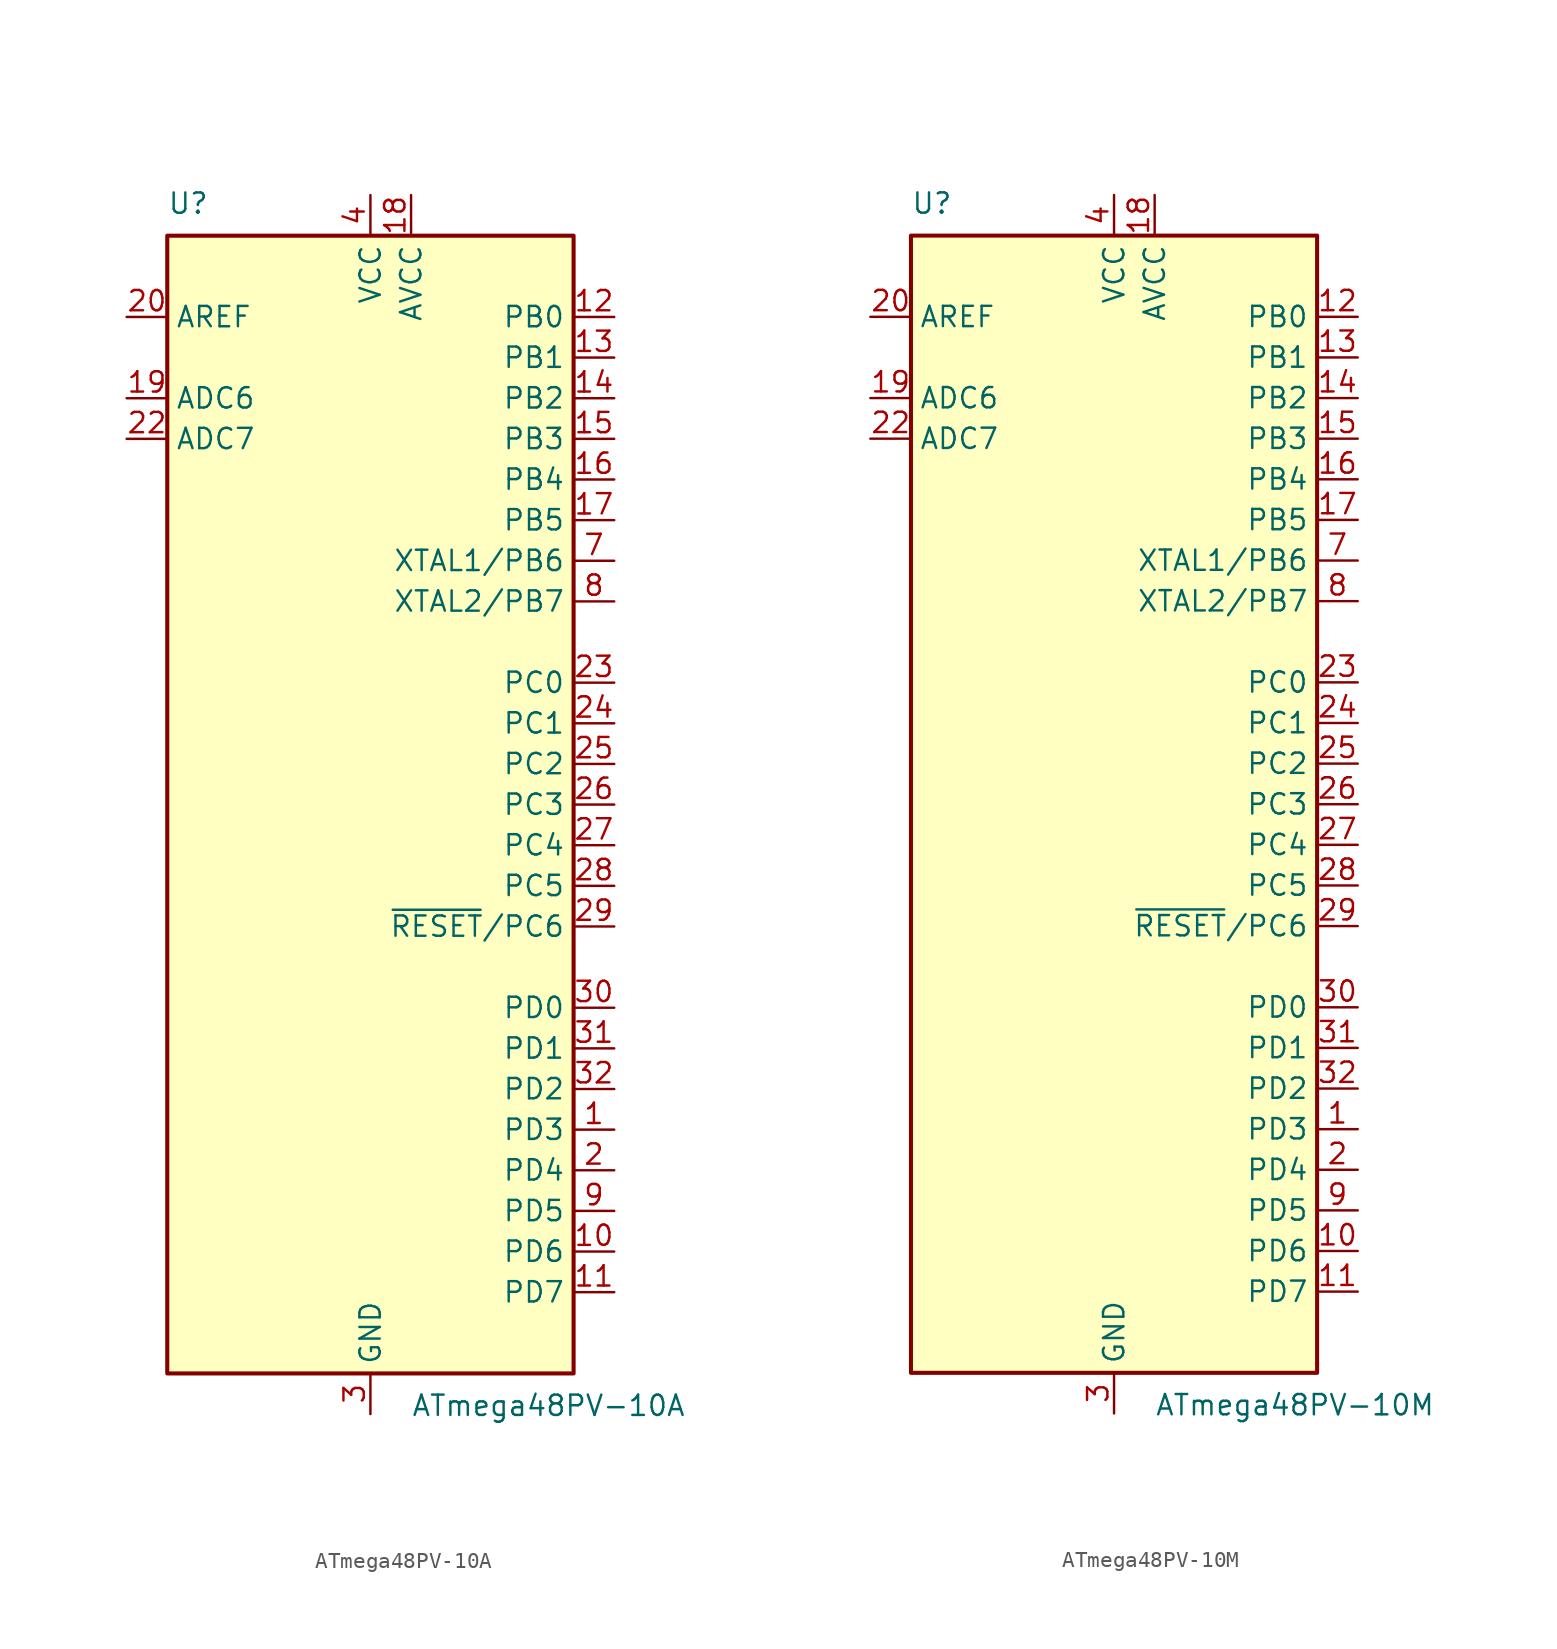
<source format=kicad_sym>
(kicad_symbol_lib
  (version 20231120)
  (generator "kicad_symbol_editor")
  (generator_version "8.0")
  (symbol "ATmega48PV-10A"
    (property "Reference" "U"
      (at -12.7 36.83 0)
      (effects (font (size 1.27 1.27)) (justify left bottom)))
    (property "Value" "ATmega48PV-10A"
      (at 2.54 -36.83 0)
      (effects (font (size 1.27 1.27)) (justify left top)))
    (symbol "ATmega48PV-10A_0_1"
      (rectangle (start -12.7 -35.56) (end 12.7 35.56) (stroke (width 0.254) (type default)) (fill (type background))))
    (symbol "ATmega48PV-10A_1_1"
      (pin bidirectional line (at 15.24 -20.32 180) (length 2.54) (name "PD3" (effects (font (size 1.27 1.27)))) (number "1" (effects (font (size 1.27 1.27)))) (alternate "INT1" bidirectional line) (alternate "OC2B" output line) (alternate "OC2B/INT1/PD3" bidirectional line))
      (pin bidirectional line (at 15.24 -27.94 180) (length 2.54) (name "PD6" (effects (font (size 1.27 1.27)))) (number "10" (effects (font (size 1.27 1.27)))) (alternate "AIN0" input line) (alternate "OC0A" output line) (alternate "OC0A/AIN0/PD6" bidirectional line))
      (pin bidirectional line (at 15.24 -30.48 180) (length 2.54) (name "PD7" (effects (font (size 1.27 1.27)))) (number "11" (effects (font (size 1.27 1.27)))) (alternate "AIN1" input line) (alternate "AIN1/PD7" bidirectional line))
      (pin bidirectional line (at 15.24 30.48 180) (length 2.54) (name "PB0" (effects (font (size 1.27 1.27)))) (number "12" (effects (font (size 1.27 1.27)))) (alternate "CLKO" output line) (alternate "CLKO/ICP1/PB0" bidirectional line) (alternate "ICP1" input line))
      (pin bidirectional line (at 15.24 27.94 180) (length 2.54) (name "PB1" (effects (font (size 1.27 1.27)))) (number "13" (effects (font (size 1.27 1.27)))) (alternate "OC1A" output line) (alternate "OC1A/PB1" bidirectional line))
      (pin bidirectional line (at 15.24 25.4 180) (length 2.54) (name "PB2" (effects (font (size 1.27 1.27)))) (number "14" (effects (font (size 1.27 1.27)))) (alternate "OC1B" output line) (alternate "OC1B/~{SS}/PB2" bidirectional line) (alternate "~{SS}" bidirectional line))
      (pin bidirectional line (at 15.24 22.86 180) (length 2.54) (name "PB3" (effects (font (size 1.27 1.27)))) (number "15" (effects (font (size 1.27 1.27)))) (alternate "MOSI" bidirectional line) (alternate "OC2A" output line) (alternate "OC2A/MOSI/PB3" bidirectional line))
      (pin bidirectional line (at 15.24 20.32 180) (length 2.54) (name "PB4" (effects (font (size 1.27 1.27)))) (number "16" (effects (font (size 1.27 1.27)))) (alternate "MISO" bidirectional line) (alternate "MISO/PB4" bidirectional line))
      (pin bidirectional line (at 15.24 17.78 180) (length 2.54) (name "PB5" (effects (font (size 1.27 1.27)))) (number "17" (effects (font (size 1.27 1.27)))) (alternate "SCK" bidirectional line) (alternate "SCK/PB5" bidirectional line))
      (pin power_in line (at 2.54 38.1 270) (length 2.54) (name "AVCC" (effects (font (size 1.27 1.27)))) (number "18" (effects (font (size 1.27 1.27)))))
      (pin input line (at -15.24 25.4 0) (length 2.54) (name "ADC6" (effects (font (size 1.27 1.27)))) (number "19" (effects (font (size 1.27 1.27)))))
      (pin bidirectional line (at 15.24 -22.86 180) (length 2.54) (name "PD4" (effects (font (size 1.27 1.27)))) (number "2" (effects (font (size 1.27 1.27)))) (alternate "T0" input line) (alternate "XCK" bidirectional line) (alternate "XCK/T0/PD4" bidirectional line))
      (pin passive line (at -15.24 30.48 0) (length 2.54) (name "AREF" (effects (font (size 1.27 1.27)))) (number "20" (effects (font (size 1.27 1.27)))))
      (pin passive line (at 0 -38.1 90) (length 2.54) hide (name "GND" (effects (font (size 1.27 1.27)))) (number "21" (effects (font (size 1.27 1.27)))))
      (pin input line (at -15.24 22.86 0) (length 2.54) (name "ADC7" (effects (font (size 1.27 1.27)))) (number "22" (effects (font (size 1.27 1.27)))))
      (pin bidirectional line (at 15.24 7.62 180) (length 2.54) (name "PC0" (effects (font (size 1.27 1.27)))) (number "23" (effects (font (size 1.27 1.27)))) (alternate "ADC0" input line) (alternate "ADC0/PC0" bidirectional line))
      (pin bidirectional line (at 15.24 5.08 180) (length 2.54) (name "PC1" (effects (font (size 1.27 1.27)))) (number "24" (effects (font (size 1.27 1.27)))) (alternate "ADC1" input line) (alternate "ADC1/PC1" bidirectional line))
      (pin bidirectional line (at 15.24 2.54 180) (length 2.54) (name "PC2" (effects (font (size 1.27 1.27)))) (number "25" (effects (font (size 1.27 1.27)))) (alternate "ADC2" input line) (alternate "ADC2/PC2" bidirectional line))
      (pin bidirectional line (at 15.24 0 180) (length 2.54) (name "PC3" (effects (font (size 1.27 1.27)))) (number "26" (effects (font (size 1.27 1.27)))) (alternate "ADC3" input line) (alternate "ADC3/PC3" bidirectional line))
      (pin bidirectional line (at 15.24 -2.54 180) (length 2.54) (name "PC4" (effects (font (size 1.27 1.27)))) (number "27" (effects (font (size 1.27 1.27)))) (alternate "ADC4" input line) (alternate "ADC4/SDA/PC4" bidirectional line) (alternate "SDA" bidirectional line))
      (pin bidirectional line (at 15.24 -5.08 180) (length 2.54) (name "PC5" (effects (font (size 1.27 1.27)))) (number "28" (effects (font (size 1.27 1.27)))) (alternate "ADC5" input line) (alternate "ADC5/SCL/PC5" bidirectional line) (alternate "SCL" bidirectional line))
      (pin bidirectional line (at 15.24 -7.62 180) (length 2.54) (name "~{RESET}/PC6" (effects (font (size 1.27 1.27)))) (number "29" (effects (font (size 1.27 1.27)))) (alternate "PC6" bidirectional line) (alternate "~{RESET}" input line))
      (pin power_in line (at 0 -38.1 90) (length 2.54) (name "GND" (effects (font (size 1.27 1.27)))) (number "3" (effects (font (size 1.27 1.27)))))
      (pin bidirectional line (at 15.24 -12.7 180) (length 2.54) (name "PD0" (effects (font (size 1.27 1.27)))) (number "30" (effects (font (size 1.27 1.27)))) (alternate "RXD" input line) (alternate "RXD/PD0" bidirectional line))
      (pin bidirectional line (at 15.24 -15.24 180) (length 2.54) (name "PD1" (effects (font (size 1.27 1.27)))) (number "31" (effects (font (size 1.27 1.27)))) (alternate "TXD" output line) (alternate "TXD/PD1" bidirectional line))
      (pin bidirectional line (at 15.24 -17.78 180) (length 2.54) (name "PD2" (effects (font (size 1.27 1.27)))) (number "32" (effects (font (size 1.27 1.27)))) (alternate "INT0" bidirectional line) (alternate "INT0/PD2" bidirectional line))
      (pin power_in line (at 0 38.1 270) (length 2.54) (name "VCC" (effects (font (size 1.27 1.27)))) (number "4" (effects (font (size 1.27 1.27)))))
      (pin passive line (at 0 -38.1 90) (length 2.54) hide (name "GND" (effects (font (size 1.27 1.27)))) (number "5" (effects (font (size 1.27 1.27)))))
      (pin passive line (at 0 38.1 270) (length 2.54) hide (name "VCC" (effects (font (size 1.27 1.27)))) (number "6" (effects (font (size 1.27 1.27)))))
      (pin bidirectional line (at 15.24 15.24 180) (length 2.54) (name "XTAL1/PB6" (effects (font (size 1.27 1.27)))) (number "7" (effects (font (size 1.27 1.27)))) (alternate "PB6" bidirectional line) (alternate "TOSC1" input line) (alternate "XTAL1" passive line) (alternate "XTAL1/TOSC1/PB6" bidirectional line))
      (pin bidirectional line (at 15.24 12.7 180) (length 2.54) (name "XTAL2/PB7" (effects (font (size 1.27 1.27)))) (number "8" (effects (font (size 1.27 1.27)))) (alternate "PB7" bidirectional line) (alternate "TOSC2" input line) (alternate "XTAL2" passive line) (alternate "XTAL2/TOSC2/PB7" bidirectional line))
      (pin bidirectional line (at 15.24 -25.4 180) (length 2.54) (name "PD5" (effects (font (size 1.27 1.27)))) (number "9" (effects (font (size 1.27 1.27)))) (alternate "OC0B" output line) (alternate "OC0B/T1/PD5" bidirectional line) (alternate "T1" input line))))
  (symbol "ATmega48PV-10M"
    (property "Reference" "U"
      (at -12.7 36.83 0)
      (effects (font (size 1.27 1.27)) (justify left bottom)))
    (property "Value" "ATmega48PV-10M"
      (at 2.54 -36.83 0)
      (effects (font (size 1.27 1.27)) (justify left top)))
    (symbol "ATmega48PV-10M_0_1"
      (rectangle (start -12.7 -35.56) (end 12.7 35.56) (stroke (width 0.254) (type default)) (fill (type background))))
    (symbol "ATmega48PV-10M_1_1"
      (pin bidirectional line (at 15.24 -20.32 180) (length 2.54) (name "PD3" (effects (font (size 1.27 1.27)))) (number "1" (effects (font (size 1.27 1.27)))) (alternate "INT1" bidirectional line) (alternate "OC2B" output line) (alternate "OC2B/INT1/PD3" bidirectional line))
      (pin bidirectional line (at 15.24 -27.94 180) (length 2.54) (name "PD6" (effects (font (size 1.27 1.27)))) (number "10" (effects (font (size 1.27 1.27)))) (alternate "AIN0" input line) (alternate "OC0A" output line) (alternate "OC0A/AIN0/PD6" bidirectional line))
      (pin bidirectional line (at 15.24 -30.48 180) (length 2.54) (name "PD7" (effects (font (size 1.27 1.27)))) (number "11" (effects (font (size 1.27 1.27)))) (alternate "AIN1" input line) (alternate "AIN1/PD7" bidirectional line))
      (pin bidirectional line (at 15.24 30.48 180) (length 2.54) (name "PB0" (effects (font (size 1.27 1.27)))) (number "12" (effects (font (size 1.27 1.27)))) (alternate "CLKO" output line) (alternate "CLKO/ICP1/PB0" bidirectional line) (alternate "ICP1" input line))
      (pin bidirectional line (at 15.24 27.94 180) (length 2.54) (name "PB1" (effects (font (size 1.27 1.27)))) (number "13" (effects (font (size 1.27 1.27)))) (alternate "OC1A" output line) (alternate "OC1A/PB1" bidirectional line))
      (pin bidirectional line (at 15.24 25.4 180) (length 2.54) (name "PB2" (effects (font (size 1.27 1.27)))) (number "14" (effects (font (size 1.27 1.27)))) (alternate "OC1B" output line) (alternate "OC1B/~{SS}/PB2" bidirectional line) (alternate "~{SS}" bidirectional line))
      (pin bidirectional line (at 15.24 22.86 180) (length 2.54) (name "PB3" (effects (font (size 1.27 1.27)))) (number "15" (effects (font (size 1.27 1.27)))) (alternate "MOSI" bidirectional line) (alternate "OC2A" output line) (alternate "OC2A/MOSI/PB3" bidirectional line))
      (pin bidirectional line (at 15.24 20.32 180) (length 2.54) (name "PB4" (effects (font (size 1.27 1.27)))) (number "16" (effects (font (size 1.27 1.27)))) (alternate "MISO" bidirectional line) (alternate "MISO/PB4" bidirectional line))
      (pin bidirectional line (at 15.24 17.78 180) (length 2.54) (name "PB5" (effects (font (size 1.27 1.27)))) (number "17" (effects (font (size 1.27 1.27)))) (alternate "SCK" bidirectional line) (alternate "SCK/PB5" bidirectional line))
      (pin power_in line (at 2.54 38.1 270) (length 2.54) (name "AVCC" (effects (font (size 1.27 1.27)))) (number "18" (effects (font (size 1.27 1.27)))))
      (pin input line (at -15.24 25.4 0) (length 2.54) (name "ADC6" (effects (font (size 1.27 1.27)))) (number "19" (effects (font (size 1.27 1.27)))))
      (pin bidirectional line (at 15.24 -22.86 180) (length 2.54) (name "PD4" (effects (font (size 1.27 1.27)))) (number "2" (effects (font (size 1.27 1.27)))) (alternate "T0" input line) (alternate "XCK" bidirectional line) (alternate "XCK/T0/PD4" bidirectional line))
      (pin passive line (at -15.24 30.48 0) (length 2.54) (name "AREF" (effects (font (size 1.27 1.27)))) (number "20" (effects (font (size 1.27 1.27)))))
      (pin passive line (at 0 -38.1 90) (length 2.54) hide (name "GND" (effects (font (size 1.27 1.27)))) (number "21" (effects (font (size 1.27 1.27)))))
      (pin input line (at -15.24 22.86 0) (length 2.54) (name "ADC7" (effects (font (size 1.27 1.27)))) (number "22" (effects (font (size 1.27 1.27)))))
      (pin bidirectional line (at 15.24 7.62 180) (length 2.54) (name "PC0" (effects (font (size 1.27 1.27)))) (number "23" (effects (font (size 1.27 1.27)))) (alternate "ADC0" input line) (alternate "ADC0/PC0" bidirectional line))
      (pin bidirectional line (at 15.24 5.08 180) (length 2.54) (name "PC1" (effects (font (size 1.27 1.27)))) (number "24" (effects (font (size 1.27 1.27)))) (alternate "ADC1" input line) (alternate "ADC1/PC1" bidirectional line))
      (pin bidirectional line (at 15.24 2.54 180) (length 2.54) (name "PC2" (effects (font (size 1.27 1.27)))) (number "25" (effects (font (size 1.27 1.27)))) (alternate "ADC2" input line) (alternate "ADC2/PC2" bidirectional line))
      (pin bidirectional line (at 15.24 0 180) (length 2.54) (name "PC3" (effects (font (size 1.27 1.27)))) (number "26" (effects (font (size 1.27 1.27)))) (alternate "ADC3" input line) (alternate "ADC3/PC3" bidirectional line))
      (pin bidirectional line (at 15.24 -2.54 180) (length 2.54) (name "PC4" (effects (font (size 1.27 1.27)))) (number "27" (effects (font (size 1.27 1.27)))) (alternate "ADC4" input line) (alternate "ADC4/SDA/PC4" bidirectional line) (alternate "SDA" bidirectional line))
      (pin bidirectional line (at 15.24 -5.08 180) (length 2.54) (name "PC5" (effects (font (size 1.27 1.27)))) (number "28" (effects (font (size 1.27 1.27)))) (alternate "ADC5" input line) (alternate "ADC5/SCL/PC5" bidirectional line) (alternate "SCL" bidirectional line))
      (pin bidirectional line (at 15.24 -7.62 180) (length 2.54) (name "~{RESET}/PC6" (effects (font (size 1.27 1.27)))) (number "29" (effects (font (size 1.27 1.27)))) (alternate "PC6" bidirectional line) (alternate "~{RESET}" input line))
      (pin power_in line (at 0 -38.1 90) (length 2.54) (name "GND" (effects (font (size 1.27 1.27)))) (number "3" (effects (font (size 1.27 1.27)))))
      (pin bidirectional line (at 15.24 -12.7 180) (length 2.54) (name "PD0" (effects (font (size 1.27 1.27)))) (number "30" (effects (font (size 1.27 1.27)))) (alternate "RXD" input line) (alternate "RXD/PD0" bidirectional line))
      (pin bidirectional line (at 15.24 -15.24 180) (length 2.54) (name "PD1" (effects (font (size 1.27 1.27)))) (number "31" (effects (font (size 1.27 1.27)))) (alternate "TXD" output line) (alternate "TXD/PD1" bidirectional line))
      (pin bidirectional line (at 15.24 -17.78 180) (length 2.54) (name "PD2" (effects (font (size 1.27 1.27)))) (number "32" (effects (font (size 1.27 1.27)))) (alternate "INT0" bidirectional line) (alternate "INT0/PD2" bidirectional line))
      (pin passive line (at 0 -38.1 90) (length 2.54) hide (name "GND" (effects (font (size 1.27 1.27)))) (number "33" (effects (font (size 1.27 1.27)))))
      (pin power_in line (at 0 38.1 270) (length 2.54) (name "VCC" (effects (font (size 1.27 1.27)))) (number "4" (effects (font (size 1.27 1.27)))))
      (pin passive line (at 0 -38.1 90) (length 2.54) hide (name "GND" (effects (font (size 1.27 1.27)))) (number "5" (effects (font (size 1.27 1.27)))))
      (pin passive line (at 0 38.1 270) (length 2.54) hide (name "VCC" (effects (font (size 1.27 1.27)))) (number "6" (effects (font (size 1.27 1.27)))))
      (pin bidirectional line (at 15.24 15.24 180) (length 2.54) (name "XTAL1/PB6" (effects (font (size 1.27 1.27)))) (number "7" (effects (font (size 1.27 1.27)))) (alternate "PB6" bidirectional line) (alternate "TOSC1" input line) (alternate "XTAL1" passive line) (alternate "XTAL1/TOSC1/PB6" bidirectional line))
      (pin bidirectional line (at 15.24 12.7 180) (length 2.54) (name "XTAL2/PB7" (effects (font (size 1.27 1.27)))) (number "8" (effects (font (size 1.27 1.27)))) (alternate "PB7" bidirectional line) (alternate "TOSC2" input line) (alternate "XTAL2" passive line) (alternate "XTAL2/TOSC2/PB7" bidirectional line))
      (pin bidirectional line (at 15.24 -25.4 180) (length 2.54) (name "PD5" (effects (font (size 1.27 1.27)))) (number "9" (effects (font (size 1.27 1.27)))) (alternate "OC0B" output line) (alternate "OC0B/T1/PD5" bidirectional line) (alternate "T1" input line)))))
</source>
